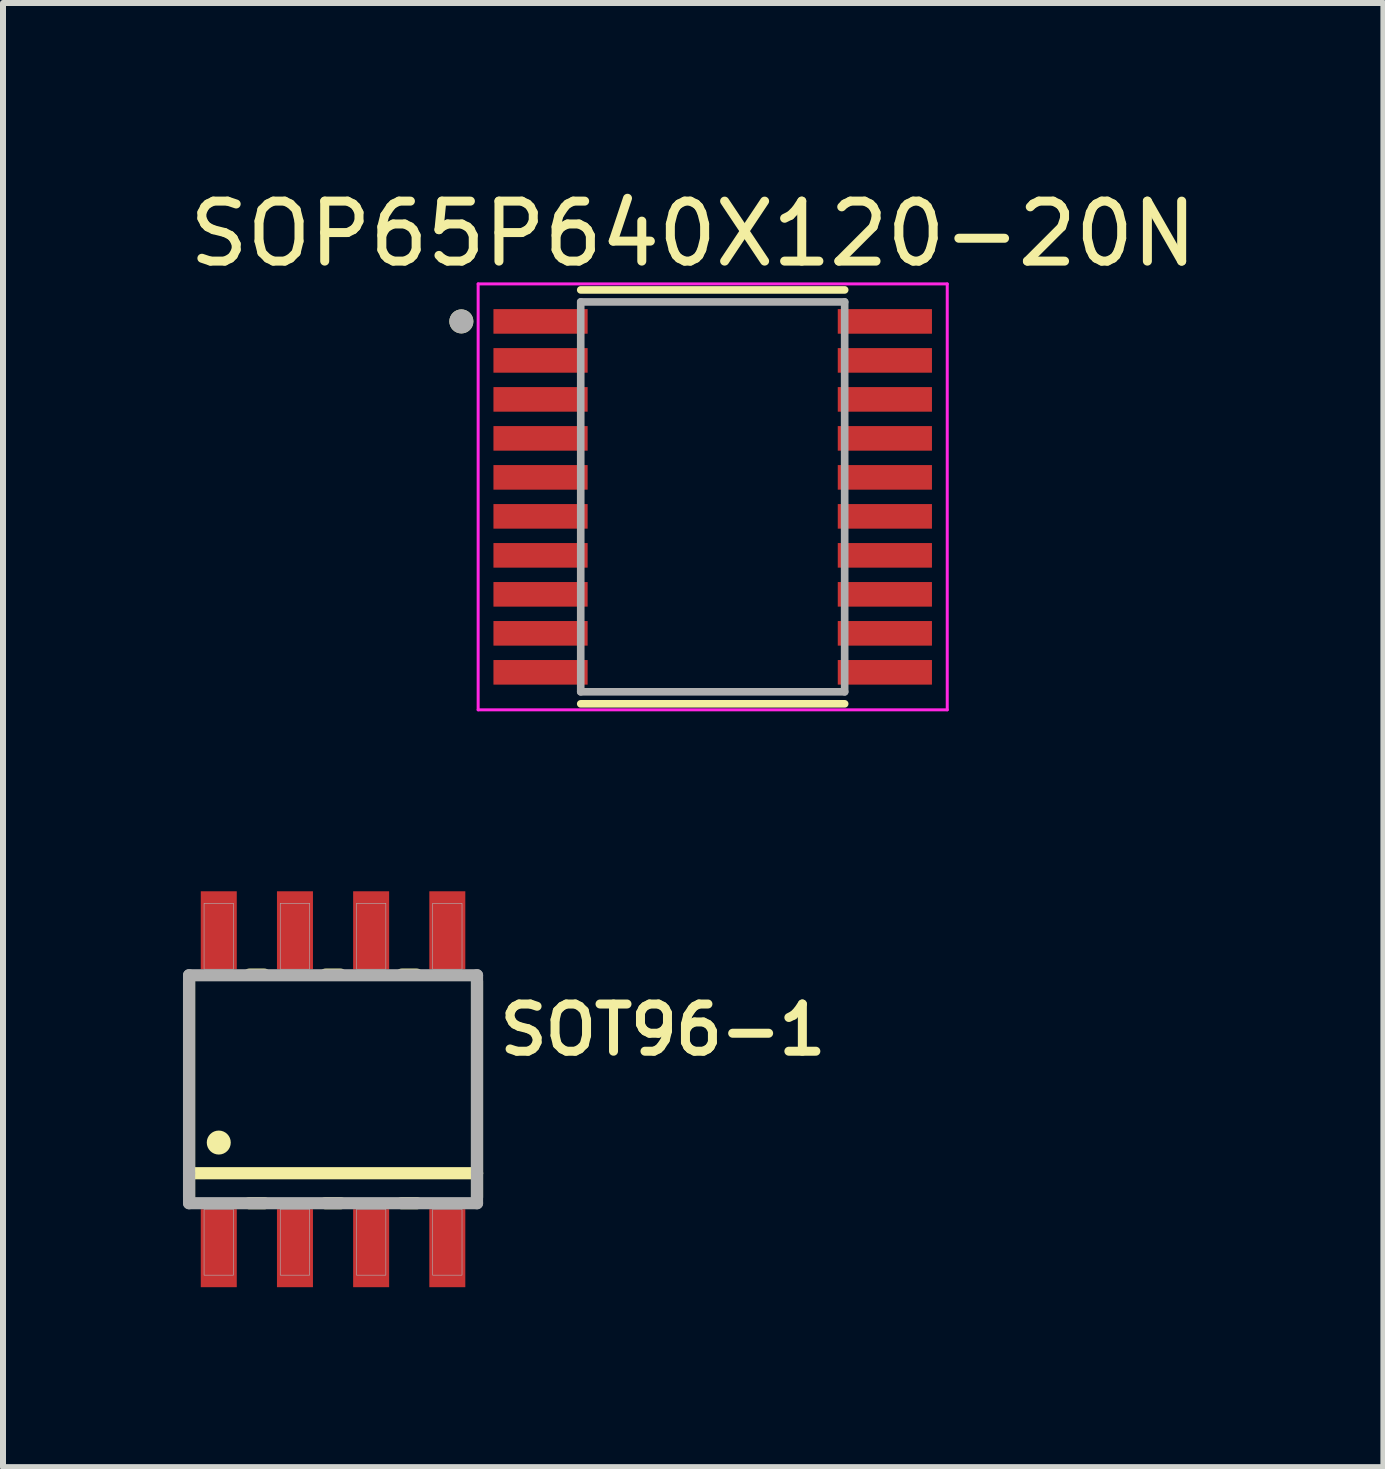
<source format=kicad_pcb>
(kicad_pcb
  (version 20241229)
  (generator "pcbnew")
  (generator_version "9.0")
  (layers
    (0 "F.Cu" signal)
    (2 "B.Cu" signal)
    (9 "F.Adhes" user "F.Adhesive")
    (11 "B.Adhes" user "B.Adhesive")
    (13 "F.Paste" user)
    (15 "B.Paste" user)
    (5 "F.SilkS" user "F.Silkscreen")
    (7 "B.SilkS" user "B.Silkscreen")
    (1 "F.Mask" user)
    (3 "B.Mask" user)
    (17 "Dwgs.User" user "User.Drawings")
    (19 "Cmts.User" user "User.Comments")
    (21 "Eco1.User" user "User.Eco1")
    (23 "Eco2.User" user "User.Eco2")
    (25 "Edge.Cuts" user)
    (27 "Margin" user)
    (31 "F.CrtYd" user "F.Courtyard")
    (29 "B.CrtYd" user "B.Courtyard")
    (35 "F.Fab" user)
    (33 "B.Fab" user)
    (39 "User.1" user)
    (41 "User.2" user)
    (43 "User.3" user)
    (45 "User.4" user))
  (footprint "SOP65P640X120-20N"
    (layer "F.Cu")
    (at 8.831 5.233)
    (property "Reference" "SOP65P640X120-20N" (at -0.325 -4.385 0) (layer "F.SilkS") (effects (font (size 1 1) (thickness 0.15))))
    (attr through_hole)
    (fp_line (start -2.2 -3.45) (end 2.2 -3.45) (stroke (width 0.127) (type solid)) (layer "F.SilkS"))
    (fp_line (start -2.2 3.45) (end 2.2 3.45) (stroke (width 0.127) (type solid)) (layer "F.SilkS"))
    (fp_circle (center -4.19 -2.925) (end -4.09 -2.925) (stroke (width 0.2) (type solid)) (fill no) (layer "F.SilkS"))
    (fp_line (start -3.91 -3.55) (end -3.91 3.55) (stroke (width 0.05) (type solid)) (layer "F.CrtYd"))
    (fp_line (start -3.91 -3.55) (end 3.91 -3.55) (stroke (width 0.05) (type solid)) (layer "F.CrtYd"))
    (fp_line (start -3.91 3.55) (end 3.91 3.55) (stroke (width 0.05) (type solid)) (layer "F.CrtYd"))
    (fp_line (start 3.91 -3.55) (end 3.91 3.55) (stroke (width 0.05) (type solid)) (layer "F.CrtYd"))
    (fp_line (start -2.2 -3.25) (end -2.2 3.25) (stroke (width 0.127) (type solid)) (layer "F.Fab"))
    (fp_line (start -2.2 -3.25) (end 2.2 -3.25) (stroke (width 0.127) (type solid)) (layer "F.Fab"))
    (fp_line (start -2.2 3.25) (end 2.2 3.25) (stroke (width 0.127) (type solid)) (layer "F.Fab"))
    (fp_line (start 2.2 -3.25) (end 2.2 3.25) (stroke (width 0.127) (type solid)) (layer "F.Fab"))
    (fp_circle (center -4.19 -2.925) (end -4.09 -2.925) (stroke (width 0.2) (type solid)) (fill no) (layer "F.Fab"))
    (pad "1" smd rect (at -2.87 -2.925) (size 1.57 0.41) (layers "F.Cu" "F.Mask" "F.Paste"))
    (pad "2" smd rect (at -2.87 -2.275) (size 1.57 0.41) (layers "F.Cu" "F.Mask" "F.Paste"))
    (pad "3" smd rect (at -2.87 -1.625) (size 1.57 0.41) (layers "F.Cu" "F.Mask" "F.Paste"))
    (pad "4" smd rect (at -2.87 -0.975) (size 1.57 0.41) (layers "F.Cu" "F.Mask" "F.Paste"))
    (pad "5" smd rect (at -2.87 -0.325) (size 1.57 0.41) (layers "F.Cu" "F.Mask" "F.Paste"))
    (pad "6" smd rect (at -2.87 0.325) (size 1.57 0.41) (layers "F.Cu" "F.Mask" "F.Paste"))
    (pad "7" smd rect (at -2.87 0.975) (size 1.57 0.41) (layers "F.Cu" "F.Mask" "F.Paste"))
    (pad "8" smd rect (at -2.87 1.625) (size 1.57 0.41) (layers "F.Cu" "F.Mask" "F.Paste"))
    (pad "9" smd rect (at -2.87 2.275) (size 1.57 0.41) (layers "F.Cu" "F.Mask" "F.Paste"))
    (pad "10" smd rect (at -2.87 2.925) (size 1.57 0.41) (layers "F.Cu" "F.Mask" "F.Paste"))
    (pad "11" smd rect (at 2.87 2.925) (size 1.57 0.41) (layers "F.Cu" "F.Mask" "F.Paste"))
    (pad "12" smd rect (at 2.87 2.275) (size 1.57 0.41) (layers "F.Cu" "F.Mask" "F.Paste"))
    (pad "13" smd rect (at 2.87 1.625) (size 1.57 0.41) (layers "F.Cu" "F.Mask" "F.Paste"))
    (pad "14" smd rect (at 2.87 0.975) (size 1.57 0.41) (layers "F.Cu" "F.Mask" "F.Paste"))
    (pad "15" smd rect (at 2.87 0.325) (size 1.57 0.41) (layers "F.Cu" "F.Mask" "F.Paste"))
    (pad "16" smd rect (at 2.87 -0.325) (size 1.57 0.41) (layers "F.Cu" "F.Mask" "F.Paste"))
    (pad "17" smd rect (at 2.87 -0.975) (size 1.57 0.41) (layers "F.Cu" "F.Mask" "F.Paste"))
    (pad "18" smd rect (at 2.87 -1.625) (size 1.57 0.41) (layers "F.Cu" "F.Mask" "F.Paste"))
    (pad "19" smd rect (at 2.87 -2.275) (size 1.57 0.41) (layers "F.Cu" "F.Mask" "F.Paste"))
    (pad "20" smd rect (at 2.87 -2.925) (size 1.57 0.41) (layers "F.Cu" "F.Mask" "F.Paste")))
  (footprint "SOT96-1"
    (layer "F.Cu")
    (at 2.502 15.108)
    (property "Reference" "SOT96-1" (at 5.5 -0.99 0) (layer "F.SilkS") (effects (font (size 0.787 0.787) (thickness 0.15))))
    (attr through_hole)
    (fp_line (start -2.4 1.4) (end -2.4 -1.8) (stroke (width 0.203) (type solid)) (layer "F.SilkS"))
    (fp_line (start -2.4 1.4) (end -2.4 1.8) (stroke (width 0.203) (type solid)) (layer "F.SilkS"))
    (fp_line (start -1.397 -1.91) (end -1.143 -1.91) (stroke (width 0.203) (type solid)) (layer "F.SilkS"))
    (fp_line (start -1.397 1.9) (end -1.143 1.9) (stroke (width 0.203) (type solid)) (layer "F.SilkS"))
    (fp_line (start -0.127 -1.91) (end 0.127 -1.91) (stroke (width 0.203) (type solid)) (layer "F.SilkS"))
    (fp_line (start -0.127 1.9) (end 0.127 1.9) (stroke (width 0.203) (type solid)) (layer "F.SilkS"))
    (fp_line (start 1.143 -1.91) (end 1.397 -1.91) (stroke (width 0.203) (type solid)) (layer "F.SilkS"))
    (fp_line (start 1.143 1.9) (end 1.397 1.9) (stroke (width 0.203) (type solid)) (layer "F.SilkS"))
    (fp_line (start 2.4 -1.8) (end 2.4 1.4) (stroke (width 0.203) (type solid)) (layer "F.SilkS"))
    (fp_line (start 2.4 1.4) (end -2.4 1.4) (stroke (width 0.203) (type solid)) (layer "F.SilkS"))
    (fp_line (start 2.4 1.4) (end 2.4 1.8) (stroke (width 0.203) (type solid)) (layer "F.SilkS"))
    (fp_circle (center -1.905 0.889) (end -1.705 0.889) (stroke (width 0) (type solid)) (fill yes) (layer "F.SilkS"))
    (fp_line (start -2.4 -1.9) (end 2.4 -1.9) (stroke (width 0.203) (type solid)) (layer "F.Fab"))
    (fp_line (start -2.4 1.4) (end -2.4 -1.9) (stroke (width 0.203) (type solid)) (layer "F.Fab"))
    (fp_line (start -2.4 1.9) (end -2.4 1.4) (stroke (width 0.203) (type solid)) (layer "F.Fab"))
    (fp_line (start 2.4 -1.9) (end 2.4 1.4) (stroke (width 0.203) (type solid)) (layer "F.Fab"))
    (fp_line (start 2.4 1.4) (end 2.4 1.9) (stroke (width 0.203) (type solid)) (layer "F.Fab"))
    (fp_line (start 2.4 1.9) (end -2.4 1.9) (stroke (width 0.203) (type solid)) (layer "F.Fab"))
    (fp_poly (pts (xy -2.15 -3.1) (xy -1.66 -3.1) (xy -1.66 -2) (xy -2.15 -2)) (stroke (width 0.01) (type solid)) (fill no) (layer "F.Fab"))
    (fp_poly (pts (xy -2.15 2) (xy -1.66 2) (xy -1.66 3.1) (xy -2.15 3.1)) (stroke (width 0.01) (type solid)) (fill no) (layer "F.Fab"))
    (fp_poly (pts (xy -0.88 -3.1) (xy -0.39 -3.1) (xy -0.39 -2) (xy -0.88 -2)) (stroke (width 0.01) (type solid)) (fill no) (layer "F.Fab"))
    (fp_poly (pts (xy -0.88 2) (xy -0.39 2) (xy -0.39 3.1) (xy -0.88 3.1)) (stroke (width 0.01) (type solid)) (fill no) (layer "F.Fab"))
    (fp_poly (pts (xy 0.39 -3.1) (xy 0.88 -3.1) (xy 0.88 -2) (xy 0.39 -2)) (stroke (width 0.01) (type solid)) (fill no) (layer "F.Fab"))
    (fp_poly (pts (xy 0.39 2) (xy 0.88 2) (xy 0.88 3.1) (xy 0.39 3.1)) (stroke (width 0.01) (type solid)) (fill no) (layer "F.Fab"))
    (fp_poly (pts (xy 1.66 -3.1) (xy 2.15 -3.1) (xy 2.15 -2) (xy 1.66 -2)) (stroke (width 0.01) (type solid)) (fill no) (layer "F.Fab"))
    (fp_poly (pts (xy 1.66 2) (xy 2.15 2) (xy 2.15 3.1) (xy 1.66 3.1)) (stroke (width 0.01) (type solid)) (fill no) (layer "F.Fab"))
    (pad "1" smd rect (at -1.905 2.65) (size 0.6 1.3) (layers "F.Cu" "F.Mask" "F.Paste"))
    (pad "2" smd rect (at -0.635 2.65) (size 0.6 1.3) (layers "F.Cu" "F.Mask" "F.Paste"))
    (pad "3" smd rect (at 0.635 2.65) (size 0.6 1.3) (layers "F.Cu" "F.Mask" "F.Paste"))
    (pad "4" smd rect (at 1.905 2.65) (size 0.6 1.3) (layers "F.Cu" "F.Mask" "F.Paste"))
    (pad "5" smd rect (at 1.905 -2.65) (size 0.6 1.3) (layers "F.Cu" "F.Mask" "F.Paste"))
    (pad "6" smd rect (at 0.635 -2.65) (size 0.6 1.3) (layers "F.Cu" "F.Mask" "F.Paste"))
    (pad "7" smd rect (at -0.635 -2.65) (size 0.6 1.3) (layers "F.Cu" "F.Mask" "F.Paste"))
    (pad "8" smd rect (at -1.905 -2.65) (size 0.6 1.3) (layers "F.Cu" "F.Mask" "F.Paste")))
  (gr_rect
    (start -3 -3)
    (end 20.012 21.408)
    (stroke (width 0.1) (type default))
    (fill no)
    (layer "Edge.Cuts")))
</source>
